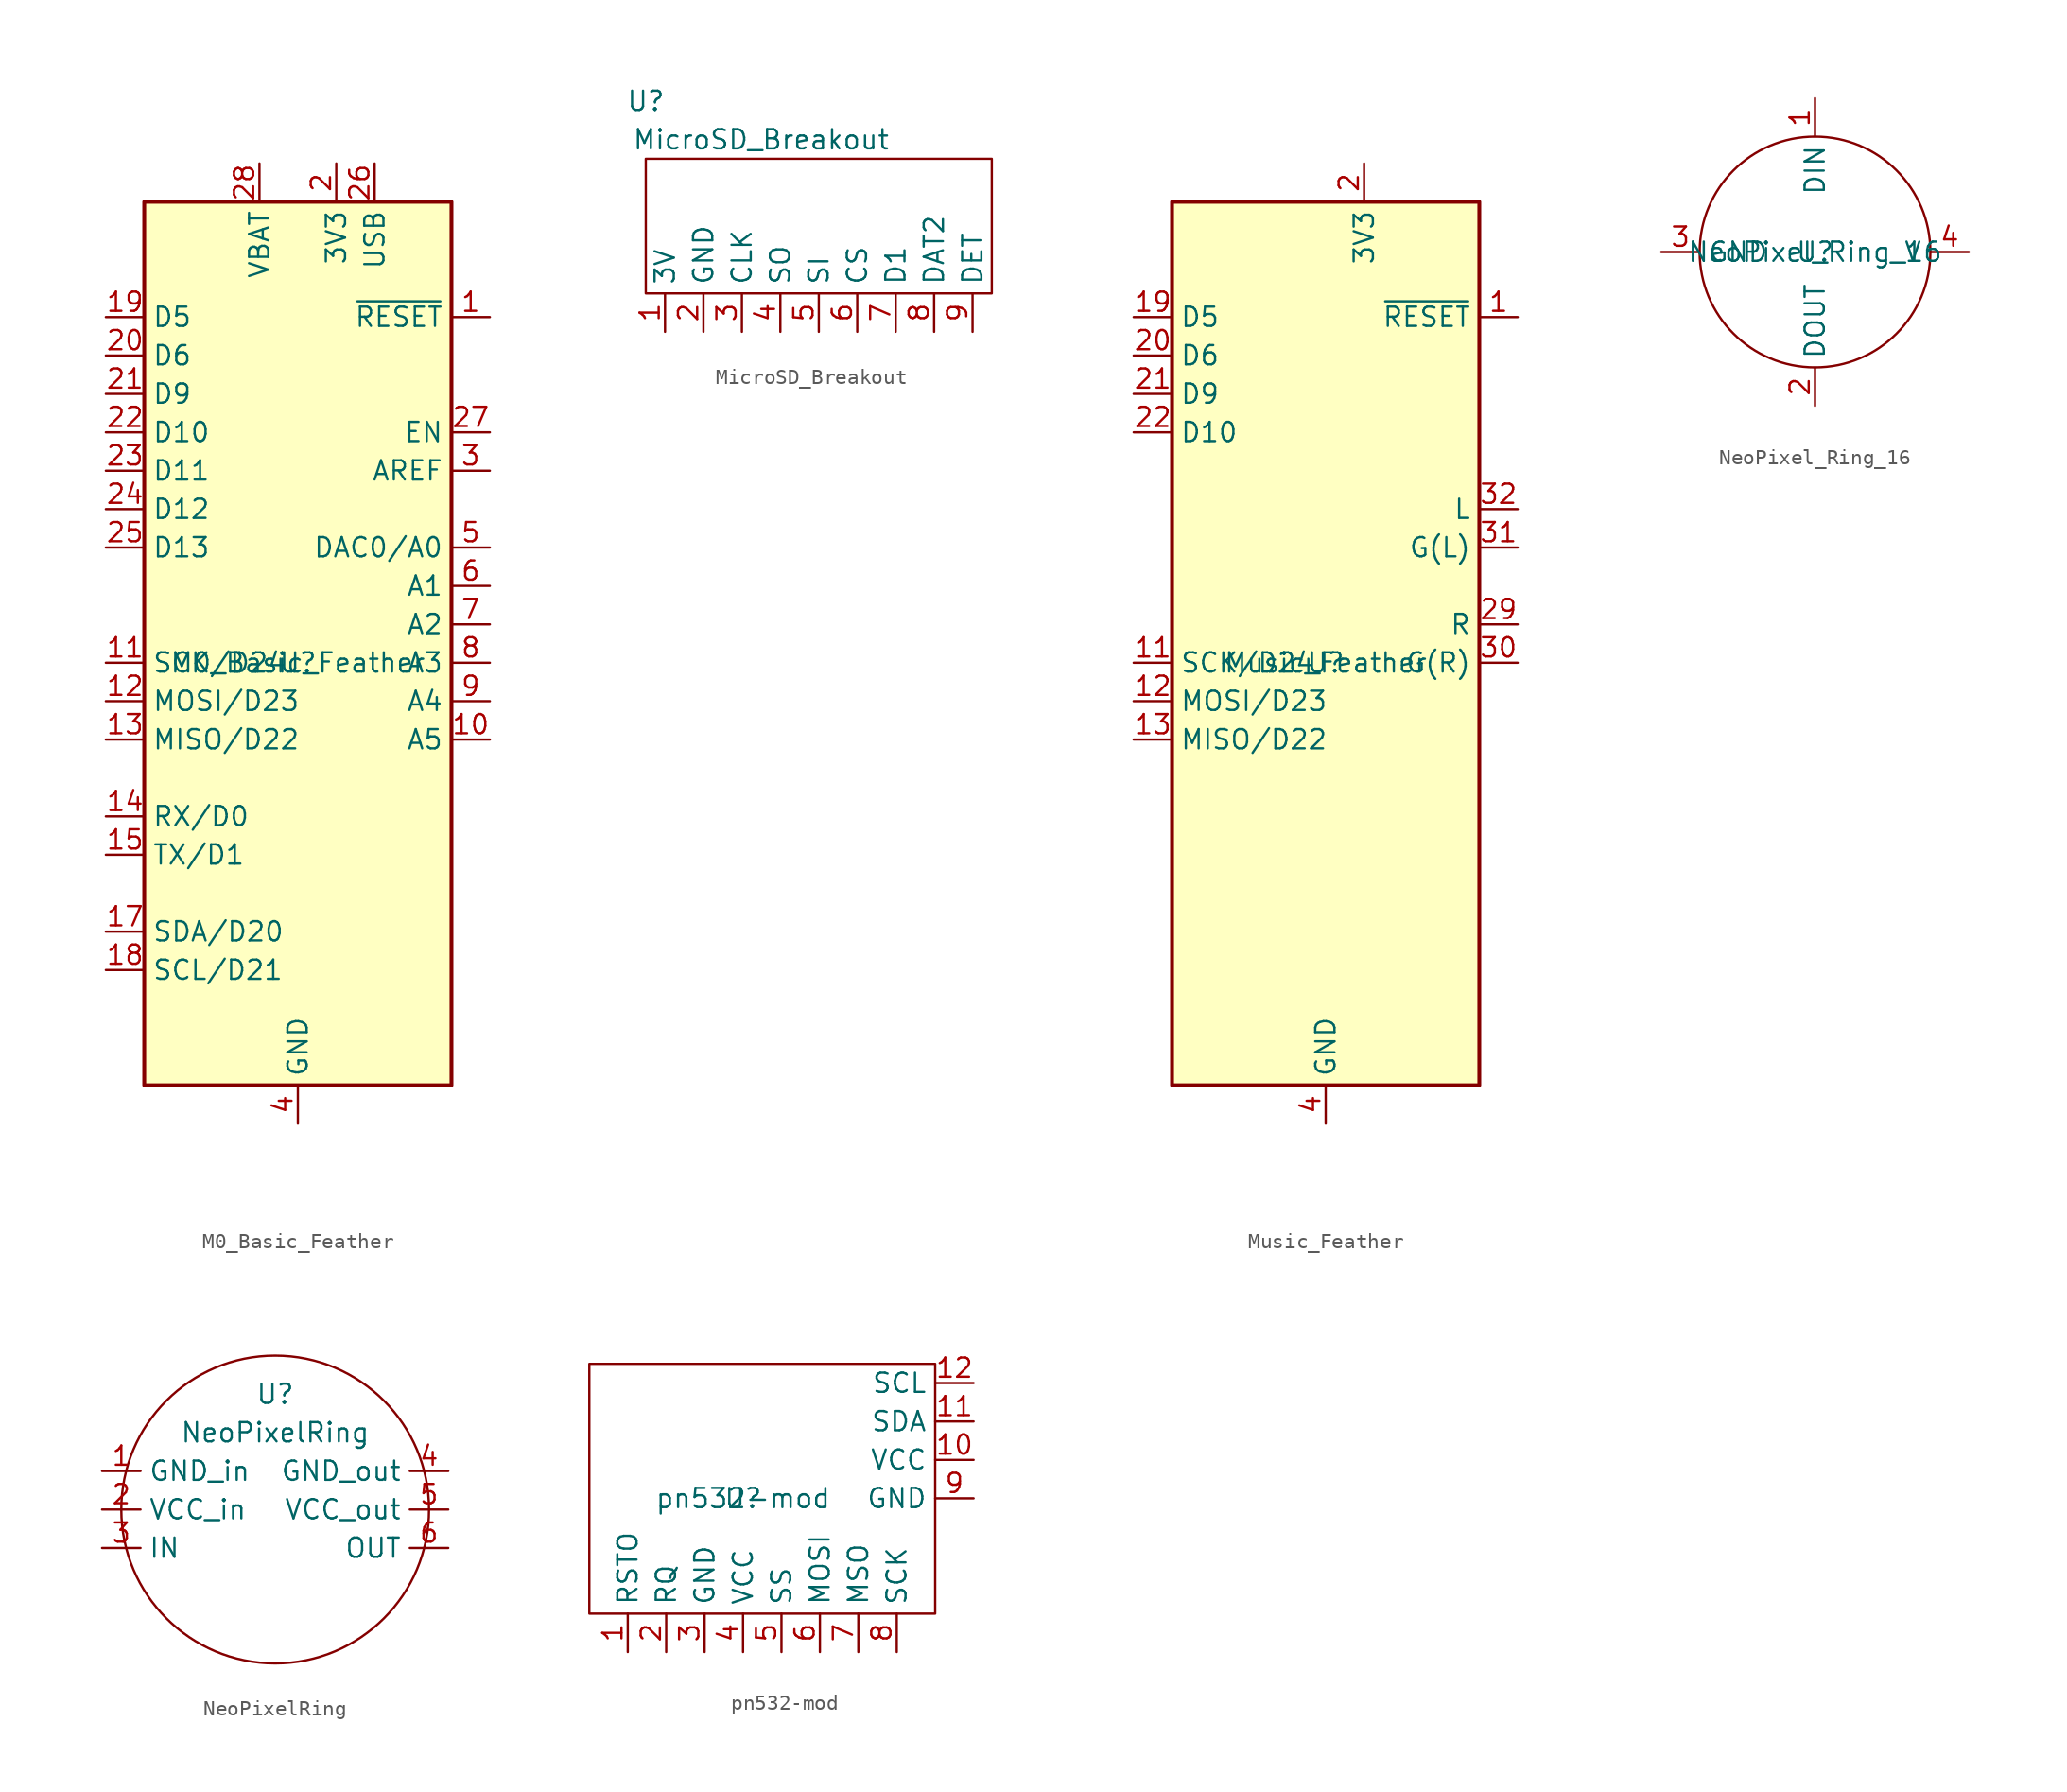
<source format=kicad_sym>
(kicad_symbol_lib
  (version 20211014)
  (generator kicad_symbol_editor)
  (symbol "M0_Basic_Feather"
    (property "Reference" "U"
      (at 0 0 0)
      (effects (font (size 1.27 1.27))))
    (property "Value" "M0_Basic_Feather"
      (at 0 0 0)
      (effects (font (size 1.27 1.27))))
    (symbol "M0_Basic_Feather_0_1"
      (rectangle (start -10.16 30.48) (end 10.16 -27.94) (stroke (width 0.254) (type default) (color 0 0 0 0)) (fill (type background))))
    (symbol "M0_Basic_Feather_1_1"
      (pin input line (at 12.7 22.86 180) (length 2.54) (name "~{RESET}" (effects (font (size 1.27 1.27)))) (number "1" (effects (font (size 1.27 1.27)))))
      (pin bidirectional line (at 12.7 -5.08 180) (length 2.54) (name "A5" (effects (font (size 1.27 1.27)))) (number "10" (effects (font (size 1.27 1.27)))))
      (pin bidirectional line (at -12.7 0 0) (length 2.54) (name "SCK/D24" (effects (font (size 1.27 1.27)))) (number "11" (effects (font (size 1.27 1.27)))))
      (pin bidirectional line (at -12.7 -2.54 0) (length 2.54) (name "MOSI/D23" (effects (font (size 1.27 1.27)))) (number "12" (effects (font (size 1.27 1.27)))))
      (pin bidirectional line (at -12.7 -5.08 0) (length 2.54) (name "MISO/D22" (effects (font (size 1.27 1.27)))) (number "13" (effects (font (size 1.27 1.27)))))
      (pin bidirectional line (at -12.7 -10.16 0) (length 2.54) (name "RX/D0" (effects (font (size 1.27 1.27)))) (number "14" (effects (font (size 1.27 1.27)))))
      (pin bidirectional line (at -12.7 -12.7 0) (length 2.54) (name "TX/D1" (effects (font (size 1.27 1.27)))) (number "15" (effects (font (size 1.27 1.27)))))
      (pin passive line (at 0 -30.48 90) (length 2.54) hide (name "GND" (effects (font (size 1.27 1.27)))) (number "16" (effects (font (size 1.27 1.27)))))
      (pin bidirectional line (at -12.7 -17.78 0) (length 2.54) (name "SDA/D20" (effects (font (size 1.27 1.27)))) (number "17" (effects (font (size 1.27 1.27)))))
      (pin bidirectional line (at -12.7 -20.32 0) (length 2.54) (name "SCL/D21" (effects (font (size 1.27 1.27)))) (number "18" (effects (font (size 1.27 1.27)))))
      (pin bidirectional line (at -12.7 22.86 0) (length 2.54) (name "D5" (effects (font (size 1.27 1.27)))) (number "19" (effects (font (size 1.27 1.27)))))
      (pin power_in line (at 2.54 33.02 270) (length 2.54) (name "3V3" (effects (font (size 1.27 1.27)))) (number "2" (effects (font (size 1.27 1.27)))))
      (pin bidirectional line (at -12.7 20.32 0) (length 2.54) (name "D6" (effects (font (size 1.27 1.27)))) (number "20" (effects (font (size 1.27 1.27)))))
      (pin bidirectional line (at -12.7 17.78 0) (length 2.54) (name "D9" (effects (font (size 1.27 1.27)))) (number "21" (effects (font (size 1.27 1.27)))))
      (pin bidirectional line (at -12.7 15.24 0) (length 2.54) (name "D10" (effects (font (size 1.27 1.27)))) (number "22" (effects (font (size 1.27 1.27)))))
      (pin bidirectional line (at -12.7 12.7 0) (length 2.54) (name "D11" (effects (font (size 1.27 1.27)))) (number "23" (effects (font (size 1.27 1.27)))))
      (pin bidirectional line (at -12.7 10.16 0) (length 2.54) (name "D12" (effects (font (size 1.27 1.27)))) (number "24" (effects (font (size 1.27 1.27)))))
      (pin bidirectional line (at -12.7 7.62 0) (length 2.54) (name "D13" (effects (font (size 1.27 1.27)))) (number "25" (effects (font (size 1.27 1.27)))))
      (pin power_in line (at 5.08 33.02 270) (length 2.54) (name "USB" (effects (font (size 1.27 1.27)))) (number "26" (effects (font (size 1.27 1.27)))))
      (pin input line (at 12.7 15.24 180) (length 2.54) (name "EN" (effects (font (size 1.27 1.27)))) (number "27" (effects (font (size 1.27 1.27)))))
      (pin power_in line (at -2.54 33.02 270) (length 2.54) (name "VBAT" (effects (font (size 1.27 1.27)))) (number "28" (effects (font (size 1.27 1.27)))))
      (pin input line (at 12.7 12.7 180) (length 2.54) (name "AREF" (effects (font (size 1.27 1.27)))) (number "3" (effects (font (size 1.27 1.27)))))
      (pin power_in line (at 0 -30.48 90) (length 2.54) (name "GND" (effects (font (size 1.27 1.27)))) (number "4" (effects (font (size 1.27 1.27)))))
      (pin bidirectional line (at 12.7 7.62 180) (length 2.54) (name "DAC0/A0" (effects (font (size 1.27 1.27)))) (number "5" (effects (font (size 1.27 1.27)))))
      (pin bidirectional line (at 12.7 5.08 180) (length 2.54) (name "A1" (effects (font (size 1.27 1.27)))) (number "6" (effects (font (size 1.27 1.27)))))
      (pin bidirectional line (at 12.7 2.54 180) (length 2.54) (name "A2" (effects (font (size 1.27 1.27)))) (number "7" (effects (font (size 1.27 1.27)))))
      (pin bidirectional line (at 12.7 0 180) (length 2.54) (name "A3" (effects (font (size 1.27 1.27)))) (number "8" (effects (font (size 1.27 1.27)))))
      (pin bidirectional line (at 12.7 -2.54 180) (length 2.54) (name "A4" (effects (font (size 1.27 1.27)))) (number "9" (effects (font (size 1.27 1.27)))))))
  (symbol "MicroSD_Breakout"
    (property "Reference" "U"
      (at -11.43 12.7 0)
      (effects (font (size 1.27 1.27))))
    (property "Value" "MicroSD_Breakout"
      (at -3.81 10.16 0)
      (effects (font (size 1.27 1.27))))
    (symbol "MicroSD_Breakout_0_1"
      (polyline (pts (xy 11.43 0) (xy -11.43 0) (xy -11.43 8.89) (xy 11.43 8.89) (xy 11.43 0)) (stroke (width 0) (type default) (color 0 0 0 0)) (fill (type none))))
    (symbol "MicroSD_Breakout_1_1"
      (pin input line (at -10.16 -2.54 90) (length 2.54) (name "3V" (effects (font (size 1.27 1.27)))) (number "1" (effects (font (size 1.27 1.27)))))
      (pin input line (at -7.62 -2.54 90) (length 2.54) (name "GND" (effects (font (size 1.27 1.27)))) (number "2" (effects (font (size 1.27 1.27)))))
      (pin input line (at -5.08 -2.54 90) (length 2.54) (name "CLK" (effects (font (size 1.27 1.27)))) (number "3" (effects (font (size 1.27 1.27)))))
      (pin input line (at -2.54 -2.54 90) (length 2.54) (name "SO" (effects (font (size 1.27 1.27)))) (number "4" (effects (font (size 1.27 1.27)))))
      (pin input line (at 0 -2.54 90) (length 2.54) (name "SI" (effects (font (size 1.27 1.27)))) (number "5" (effects (font (size 1.27 1.27)))))
      (pin input line (at 2.54 -2.54 90) (length 2.54) (name "CS" (effects (font (size 1.27 1.27)))) (number "6" (effects (font (size 1.27 1.27)))))
      (pin input line (at 5.08 -2.54 90) (length 2.54) (name "D1" (effects (font (size 1.27 1.27)))) (number "7" (effects (font (size 1.27 1.27)))))
      (pin input line (at 7.62 -2.54 90) (length 2.54) (name "DAT2" (effects (font (size 1.27 1.27)))) (number "8" (effects (font (size 1.27 1.27)))))
      (pin input line (at 10.16 -2.54 90) (length 2.54) (name "DET" (effects (font (size 1.27 1.27)))) (number "9" (effects (font (size 1.27 1.27)))))))
  (symbol "Music_Feather"
    (property "Reference" "U"
      (at 0 0 0)
      (effects (font (size 1.27 1.27))))
    (property "Value" "Music_Feather"
      (at 0 0 0)
      (effects (font (size 1.27 1.27))))
    (symbol "Music_Feather_0_1"
      (rectangle (start -10.16 30.48) (end 10.16 -27.94) (stroke (width 0.254) (type default) (color 0 0 0 0)) (fill (type background))))
    (symbol "Music_Feather_1_1"
      (pin input line (at 12.7 22.86 180) (length 2.54) (name "~{RESET}" (effects (font (size 1.27 1.27)))) (number "1" (effects (font (size 1.27 1.27)))))
      (pin bidirectional line (at -12.7 0 0) (length 2.54) (name "SCK/D24" (effects (font (size 1.27 1.27)))) (number "11" (effects (font (size 1.27 1.27)))))
      (pin bidirectional line (at -12.7 -2.54 0) (length 2.54) (name "MOSI/D23" (effects (font (size 1.27 1.27)))) (number "12" (effects (font (size 1.27 1.27)))))
      (pin bidirectional line (at -12.7 -5.08 0) (length 2.54) (name "MISO/D22" (effects (font (size 1.27 1.27)))) (number "13" (effects (font (size 1.27 1.27)))))
      (pin passive line (at 0 -30.48 90) (length 2.54) hide (name "GND" (effects (font (size 1.27 1.27)))) (number "16" (effects (font (size 1.27 1.27)))))
      (pin bidirectional line (at -12.7 22.86 0) (length 2.54) (name "D5" (effects (font (size 1.27 1.27)))) (number "19" (effects (font (size 1.27 1.27)))))
      (pin power_in line (at 2.54 33.02 270) (length 2.54) (name "3V3" (effects (font (size 1.27 1.27)))) (number "2" (effects (font (size 1.27 1.27)))))
      (pin bidirectional line (at -12.7 20.32 0) (length 2.54) (name "D6" (effects (font (size 1.27 1.27)))) (number "20" (effects (font (size 1.27 1.27)))))
      (pin bidirectional line (at -12.7 17.78 0) (length 2.54) (name "D9" (effects (font (size 1.27 1.27)))) (number "21" (effects (font (size 1.27 1.27)))))
      (pin bidirectional line (at -12.7 15.24 0) (length 2.54) (name "D10" (effects (font (size 1.27 1.27)))) (number "22" (effects (font (size 1.27 1.27)))))
      (pin input line (at 12.7 2.54 180) (length 2.54) (name "R" (effects (font (size 1.27 1.27)))) (number "29" (effects (font (size 1.27 1.27)))))
      (pin input line (at 12.7 0 180) (length 2.54) (name "G(R)" (effects (font (size 1.27 1.27)))) (number "30" (effects (font (size 1.27 1.27)))))
      (pin input line (at 12.7 7.62 180) (length 2.54) (name "G(L)" (effects (font (size 1.27 1.27)))) (number "31" (effects (font (size 1.27 1.27)))))
      (pin input line (at 12.7 10.16 180) (length 2.54) (name "L" (effects (font (size 1.27 1.27)))) (number "32" (effects (font (size 1.27 1.27)))))
      (pin power_in line (at 0 -30.48 90) (length 2.54) (name "GND" (effects (font (size 1.27 1.27)))) (number "4" (effects (font (size 1.27 1.27)))))))
  (symbol "NeoPixel_Ring_16"
    (property "Reference" "U"
      (at 0 0 0)
      (effects (font (size 1.27 1.27))))
    (property "Value" "NeoPixel_Ring_16"
      (at 0 0 0)
      (effects (font (size 1.27 1.27))))
    (symbol "NeoPixel_Ring_16_0_1"
      (circle (center 0 0) (radius 7.62) (stroke (width 0) (type default) (color 0 0 0 0)) (fill (type none))))
    (symbol "NeoPixel_Ring_16_1_1"
      (pin input line (at 0 10.16 270) (length 2.54) (name "DIN" (effects (font (size 1.27 1.27)))) (number "1" (effects (font (size 1.27 1.27)))))
      (pin output line (at 0 -10.16 90) (length 2.54) (name "DOUT" (effects (font (size 1.27 1.27)))) (number "2" (effects (font (size 1.27 1.27)))))
      (pin power_in line (at -10.16 0 0) (length 2.54) (name "GND" (effects (font (size 1.27 1.27)))) (number "3" (effects (font (size 1.27 1.27)))))
      (pin power_in line (at 10.16 0 180) (length 2.54) (name "V" (effects (font (size 1.27 1.27)))) (number "4" (effects (font (size 1.27 1.27)))))))
  (symbol "NeoPixelRing"
    (property "Reference" "U"
      (at 0 7.62 0)
      (effects (font (size 1.27 1.27))))
    (property "Value" "NeoPixelRing"
      (at 0 5.08 0)
      (effects (font (size 1.27 1.27))))
    (symbol "NeoPixelRing_0_1"
      (circle (center 0 0) (radius 10.16) (stroke (width 0) (type default) (color 0 0 0 0)) (fill (type none))))
    (symbol "NeoPixelRing_1_1"
      (pin input line (at -11.43 2.54 0) (length 2.54) (name "GND_in" (effects (font (size 1.27 1.27)))) (number "1" (effects (font (size 1.27 1.27)))))
      (pin input line (at -11.43 0 0) (length 2.54) (name "VCC_in" (effects (font (size 1.27 1.27)))) (number "2" (effects (font (size 1.27 1.27)))))
      (pin input line (at -11.43 -2.54 0) (length 2.54) (name "IN" (effects (font (size 1.27 1.27)))) (number "3" (effects (font (size 1.27 1.27)))))
      (pin input line (at 11.43 2.54 180) (length 2.54) (name "GND_out" (effects (font (size 1.27 1.27)))) (number "4" (effects (font (size 1.27 1.27)))))
      (pin input line (at 11.43 0 180) (length 2.54) (name "VCC_out" (effects (font (size 1.27 1.27)))) (number "5" (effects (font (size 1.27 1.27)))))
      (pin input line (at 11.43 -2.54 180) (length 2.54) (name "OUT" (effects (font (size 1.27 1.27)))) (number "6" (effects (font (size 1.27 1.27)))))))
  (symbol "pn532-mod"
    (property "Reference" "U"
      (at 0 0 0)
      (effects (font (size 1.27 1.27))))
    (property "Value" "pn532-mod"
      (at 0 0 0)
      (effects (font (size 1.27 1.27))))
    (symbol "pn532-mod_0_1"
      (rectangle (start -10.16 8.89) (end 12.7 -7.62) (stroke (width 0) (type default) (color 0 0 0 0)) (fill (type none))))
    (symbol "pn532-mod_1_1"
      (pin input line (at -7.62 -10.16 90) (length 2.54) (name "RSTO" (effects (font (size 1.27 1.27)))) (number "1" (effects (font (size 1.27 1.27)))))
      (pin input line (at 15.24 2.54 180) (length 2.54) (name "VCC" (effects (font (size 1.27 1.27)))) (number "10" (effects (font (size 1.27 1.27)))))
      (pin input line (at 15.24 5.08 180) (length 2.54) (name "SDA" (effects (font (size 1.27 1.27)))) (number "11" (effects (font (size 1.27 1.27)))))
      (pin input line (at 15.24 7.62 180) (length 2.54) (name "SCL" (effects (font (size 1.27 1.27)))) (number "12" (effects (font (size 1.27 1.27)))))
      (pin input line (at -5.08 -10.16 90) (length 2.54) (name "RQ" (effects (font (size 1.27 1.27)))) (number "2" (effects (font (size 1.27 1.27)))))
      (pin input line (at -2.54 -10.16 90) (length 2.54) (name "GND" (effects (font (size 1.27 1.27)))) (number "3" (effects (font (size 1.27 1.27)))))
      (pin input line (at 0 -10.16 90) (length 2.54) (name "VCC" (effects (font (size 1.27 1.27)))) (number "4" (effects (font (size 1.27 1.27)))))
      (pin input line (at 2.54 -10.16 90) (length 2.54) (name "SS" (effects (font (size 1.27 1.27)))) (number "5" (effects (font (size 1.27 1.27)))))
      (pin input line (at 5.08 -10.16 90) (length 2.54) (name "MOSI" (effects (font (size 1.27 1.27)))) (number "6" (effects (font (size 1.27 1.27)))))
      (pin input line (at 7.62 -10.16 90) (length 2.54) (name "MSO" (effects (font (size 1.27 1.27)))) (number "7" (effects (font (size 1.27 1.27)))))
      (pin input line (at 10.16 -10.16 90) (length 2.54) (name "SCK" (effects (font (size 1.27 1.27)))) (number "8" (effects (font (size 1.27 1.27)))))
      (pin input line (at 15.24 0 180) (length 2.54) (name "GND" (effects (font (size 1.27 1.27)))) (number "9" (effects (font (size 1.27 1.27))))))))
</source>
